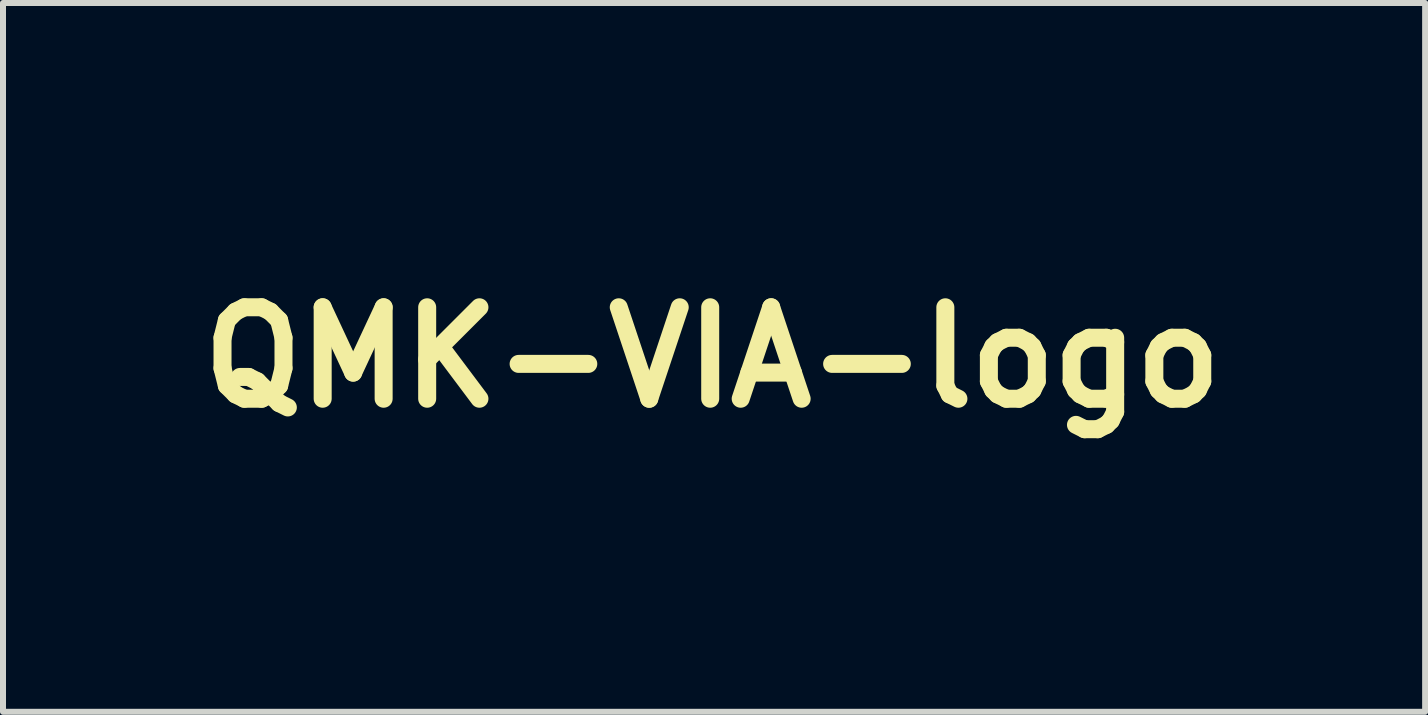
<source format=kicad_pcb>
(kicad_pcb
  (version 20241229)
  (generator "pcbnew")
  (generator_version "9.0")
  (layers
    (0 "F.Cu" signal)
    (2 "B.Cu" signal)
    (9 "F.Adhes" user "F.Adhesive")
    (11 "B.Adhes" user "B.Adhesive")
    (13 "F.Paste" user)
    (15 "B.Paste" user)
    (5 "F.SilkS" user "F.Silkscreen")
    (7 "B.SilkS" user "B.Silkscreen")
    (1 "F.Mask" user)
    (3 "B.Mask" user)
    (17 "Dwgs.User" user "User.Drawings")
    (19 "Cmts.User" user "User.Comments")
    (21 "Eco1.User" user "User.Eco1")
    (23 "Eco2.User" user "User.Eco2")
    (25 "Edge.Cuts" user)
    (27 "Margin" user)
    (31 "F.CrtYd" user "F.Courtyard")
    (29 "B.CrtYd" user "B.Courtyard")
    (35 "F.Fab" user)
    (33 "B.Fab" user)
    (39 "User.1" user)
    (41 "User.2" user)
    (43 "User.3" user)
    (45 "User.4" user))
  (footprint "QMK-VIA-logo"
    (layer "F.Cu")
    (at 8.823 2.906)
    (property "Reference" "QMK-VIA-logo" (at 0 0 0) (layer "F.SilkS") (effects (font (size 1.524 1.524) (thickness 0.3))))
    (attr board_only exclude_from_pos_files exclude_from_bom)
    (fp_poly (pts (xy -6.559 2.222) (xy -6.44 2.314) (xy -6.378 2.459) (xy -6.37 2.548) (xy -6.402 2.717) (xy -6.494 2.836) (xy -6.639 2.898) (xy -6.728 2.906) (xy -6.872 2.886) (xy -6.981 2.816) (xy -6.989 2.809) (xy -7.063 2.701) (xy -7.086 2.561) (xy -7.087 2.548) (xy -7.054 2.378) (xy -6.963 2.26) (xy -6.817 2.197) (xy -6.728 2.19)) (stroke (width 0) (type solid)) (fill yes) (layer "F.Mask"))
    (fp_poly (pts (xy -1.329 2.21) (xy -1.22 2.28) (xy -1.212 2.287) (xy -1.138 2.395) (xy -1.115 2.535) (xy -1.115 2.548) (xy -1.135 2.692) (xy -1.205 2.801) (xy -1.212 2.809) (xy -1.32 2.883) (xy -1.46 2.906) (xy -1.473 2.906) (xy -1.617 2.886) (xy -1.726 2.816) (xy -1.734 2.809) (xy -1.808 2.701) (xy -1.831 2.561) (xy -1.831 2.548) (xy -1.811 2.404) (xy -1.741 2.295) (xy -1.734 2.287) (xy -1.626 2.213) (xy -1.486 2.19) (xy -1.473 2.19)) (stroke (width 0) (type solid)) (fill yes) (layer "F.Mask"))
    (fp_poly (pts (xy -3.703 2.309) (xy -3.378 2.311) (xy -3.118 2.315) (xy -2.915 2.323) (xy -2.764 2.335) (xy -2.655 2.352) (xy -2.583 2.377) (xy -2.539 2.409) (xy -2.517 2.451) (xy -2.509 2.502) (xy -2.508 2.548) (xy -2.51 2.608) (xy -2.521 2.656) (xy -2.548 2.695) (xy -2.598 2.726) (xy -2.678 2.749) (xy -2.797 2.765) (xy -2.96 2.776) (xy -3.176 2.782) (xy -3.452 2.786) (xy -3.794 2.787) (xy -4.101 2.787) (xy -4.481 2.786) (xy -4.791 2.785) (xy -5.036 2.782) (xy -5.225 2.778) (xy -5.367 2.771) (xy -5.468 2.763) (xy -5.538 2.751) (xy -5.583 2.737) (xy -5.605 2.725) (xy -5.68 2.627) (xy -5.693 2.548) (xy -5.691 2.488) (xy -5.68 2.44) (xy -5.654 2.401) (xy -5.604 2.37) (xy -5.523 2.347) (xy -5.405 2.331) (xy -5.241 2.32) (xy -5.025 2.314) (xy -4.75 2.31) (xy -4.407 2.309) (xy -4.101 2.309)) (stroke (width 0) (type solid)) (fill yes) (layer "F.Mask"))
    (fp_poly (pts (xy -3.228 -2.75) (xy -3.077 -2.658) (xy -3.055 -2.637) (xy -2.979 -2.545) (xy -2.936 -2.453) (xy -2.928 -2.347) (xy -2.954 -2.21) (xy -3.015 -2.025) (xy -3.059 -1.906) (xy -3.141 -1.693) (xy -3.238 -1.441) (xy -3.336 -1.186) (xy -3.401 -1.015) (xy -3.474 -0.827) (xy -3.539 -0.661) (xy -3.59 -0.533) (xy -3.62 -0.461) (xy -3.622 -0.458) (xy -3.647 -0.398) (xy -3.696 -0.276) (xy -3.764 -0.104) (xy -3.846 0.104) (xy -3.937 0.337) (xy -3.961 0.398) (xy -4.094 0.739) (xy -4.201 1.014) (xy -4.288 1.23) (xy -4.356 1.395) (xy -4.41 1.518) (xy -4.454 1.605) (xy -4.491 1.665) (xy -4.525 1.705) (xy -4.56 1.734) (xy -4.595 1.756) (xy -4.773 1.823) (xy -4.955 1.811) (xy -5.084 1.753) (xy -5.207 1.634) (xy -5.255 1.525) (xy -5.268 1.477) (xy -5.273 1.428) (xy -5.27 1.37) (xy -5.255 1.294) (xy -5.225 1.193) (xy -5.179 1.057) (xy -5.114 0.881) (xy -5.026 0.654) (xy -4.914 0.369) (xy -4.776 0.02) (xy -4.679 -0.224) (xy -4.573 -0.494) (xy -4.472 -0.756) (xy -4.395 -0.955) (xy -4.323 -1.14) (xy -4.259 -1.303) (xy -4.21 -1.426) (xy -4.181 -1.493) (xy -4.153 -1.559) (xy -4.103 -1.683) (xy -4.038 -1.847) (xy -3.965 -2.033) (xy -3.959 -2.05) (xy -3.883 -2.238) (xy -3.811 -2.403) (xy -3.751 -2.529) (xy -3.711 -2.599) (xy -3.708 -2.602) (xy -3.559 -2.721) (xy -3.394 -2.771)) (stroke (width 0) (type solid)) (fill yes) (layer "F.Mask"))
    (fp_poly (pts (xy -8.199 -2.836) (xy -8.161 -2.812) (xy -8.112 -2.775) (xy -8.067 -2.73) (xy -8.023 -2.67) (xy -7.974 -2.584) (xy -7.918 -2.465) (xy -7.848 -2.302) (xy -7.761 -2.088) (xy -7.653 -1.813) (xy -7.583 -1.632) (xy -7.406 -1.176) (xy -7.255 -0.789) (xy -7.128 -0.465) (xy -7.024 -0.199) (xy -6.939 0.015) (xy -6.872 0.182) (xy -6.819 0.307) (xy -6.78 0.397) (xy -6.751 0.456) (xy -6.73 0.49) (xy -6.715 0.505) (xy -6.703 0.506) (xy -6.693 0.498) (xy -6.689 0.494) (xy -6.662 0.444) (xy -6.615 0.336) (xy -6.555 0.185) (xy -6.492 0.02) (xy -6.424 -0.161) (xy -6.363 -0.32) (xy -6.316 -0.44) (xy -6.292 -0.498) (xy -6.274 -0.538) (xy -6.245 -0.609) (xy -6.202 -0.717) (xy -6.142 -0.867) (xy -6.064 -1.067) (xy -5.965 -1.32) (xy -5.842 -1.635) (xy -5.694 -2.015) (xy -5.634 -2.17) (xy -5.526 -2.43) (xy -5.426 -2.623) (xy -5.329 -2.757) (xy -5.226 -2.843) (xy -5.111 -2.891) (xy -5.109 -2.892) (xy -4.971 -2.889) (xy -4.83 -2.824) (xy -4.706 -2.712) (xy -4.643 -2.614) (xy -4.569 -2.462) (xy -4.718 -2.057) (xy -4.787 -1.871) (xy -4.854 -1.695) (xy -4.91 -1.554) (xy -4.936 -1.493) (xy -4.984 -1.376) (xy -5.047 -1.216) (xy -5.11 -1.048) (xy -5.115 -1.035) (xy -5.183 -0.855) (xy -5.256 -0.669) (xy -5.318 -0.518) (xy -5.375 -0.38) (xy -5.457 -0.175) (xy -5.561 0.089) (xy -5.685 0.406) (xy -5.825 0.768) (xy -5.971 1.145) (xy -6.041 1.312) (xy -6.116 1.463) (xy -6.183 1.574) (xy -6.199 1.595) (xy -6.371 1.745) (xy -6.573 1.831) (xy -6.787 1.848) (xy -6.872 1.834) (xy -7.009 1.786) (xy -7.127 1.706) (xy -7.233 1.586) (xy -7.335 1.416) (xy -7.44 1.184) (xy -7.523 0.969) (xy -7.591 0.79) (xy -7.652 0.632) (xy -7.699 0.514) (xy -7.723 0.458) (xy -7.749 0.396) (xy -7.799 0.274) (xy -7.867 0.104) (xy -7.947 -0.099) (xy -8.025 -0.299) (xy -8.136 -0.582) (xy -8.262 -0.904) (xy -8.39 -1.23) (xy -8.507 -1.527) (xy -8.547 -1.63) (xy -8.633 -1.852) (xy -8.709 -2.056) (xy -8.77 -2.227) (xy -8.81 -2.351) (xy -8.823 -2.406) (xy -8.809 -2.571) (xy -8.718 -2.719) (xy -8.603 -2.815) (xy -8.461 -2.889) (xy -8.335 -2.896)) (stroke (width 0) (type solid)) (fill yes) (layer "F.Mask"))
    (fp_poly (pts (xy -1.38 -2.888) (xy -1.247 -2.846) (xy -1.207 -2.829) (xy -1.142 -2.798) (xy -1.085 -2.764) (xy -1.033 -2.721) (xy -0.981 -2.661) (xy -0.928 -2.578) (xy -0.868 -2.464) (xy -0.799 -2.313) (xy -0.717 -2.118) (xy -0.618 -1.872) (xy -0.499 -1.568) (xy -0.357 -1.199) (xy -0.298 -1.045) (xy -0.226 -0.859) (xy -0.161 -0.694) (xy -0.11 -0.569) (xy -0.081 -0.499) (xy -0.08 -0.498) (xy -0.052 -0.431) (xy -0.001 -0.308) (xy 0.064 -0.144) (xy 0.137 0.043) (xy 0.143 0.06) (xy 0.233 0.291) (xy 0.331 0.544) (xy 0.424 0.783) (xy 0.483 0.935) (xy 0.546 1.106) (xy 0.597 1.255) (xy 0.629 1.363) (xy 0.637 1.405) (xy 0.6 1.556) (xy 0.502 1.688) (xy 0.362 1.785) (xy 0.197 1.83) (xy 0.162 1.831) (xy 0.043 1.809) (xy -0.066 1.738) (xy -0.171 1.61) (xy -0.279 1.418) (xy -0.394 1.155) (xy -0.396 1.15) (xy -0.58 0.697) (xy -2.405 0.697) (xy -2.549 1.075) (xy -2.618 1.251) (xy -2.685 1.413) (xy -2.739 1.538) (xy -2.761 1.582) (xy -2.875 1.722) (xy -3.03 1.806) (xy -3.206 1.826) (xy -3.38 1.776) (xy -3.389 1.772) (xy -3.475 1.697) (xy -3.552 1.59) (xy -3.561 1.573) (xy -3.603 1.459) (xy -3.602 1.359) (xy -3.581 1.282) (xy -3.552 1.2) (xy -3.5 1.06) (xy -3.43 0.876) (xy -3.349 0.663) (xy -3.26 0.435) (xy -3.171 0.206) (xy -3.087 -0.011) (xy -3.075 -0.04) (xy -2.108 -0.04) (xy -0.87 -0.04) (xy -0.898 -0.129) (xy -0.927 -0.211) (xy -0.976 -0.338) (xy -1.034 -0.478) (xy -1.106 -0.653) (xy -1.187 -0.857) (xy -1.254 -1.035) (xy -1.315 -1.197) (xy -1.375 -1.348) (xy -1.42 -1.457) (xy -1.424 -1.465) (xy -1.484 -1.597) (xy -1.537 -1.485) (xy -1.567 -1.415) (xy -1.619 -1.286) (xy -1.689 -1.113) (xy -1.769 -0.912) (xy -1.853 -0.699) (xy -1.936 -0.487) (xy -2.011 -0.293) (xy -2.067 -0.149) (xy -2.108 -0.04) (xy -3.075 -0.04) (xy -3.012 -0.2) (xy -2.952 -0.348) (xy -2.913 -0.441) (xy -2.906 -0.458) (xy -2.872 -0.535) (xy -2.823 -0.66) (xy -2.771 -0.796) (xy -2.671 -1.062) (xy -2.564 -1.341) (xy -2.454 -1.619) (xy -2.347 -1.884) (xy -2.248 -2.125) (xy -2.162 -2.328) (xy -2.093 -2.482) (xy -2.048 -2.573) (xy -2.047 -2.574) (xy -1.925 -2.72) (xy -1.758 -2.834) (xy -1.576 -2.898) (xy -1.49 -2.905)) (stroke (width 0) (type solid)) (fill yes) (layer "F.Mask"))
    (fp_poly (pts (xy 4.817 -2.349) (xy 5.176 -2.349) (xy 5.176 -2.906) (xy 5.494 -2.906) (xy 5.494 -2.349) (xy 5.852 -2.349) (xy 5.852 -2.906) (xy 6.171 -2.906) (xy 6.171 -2.349) (xy 6.529 -2.349) (xy 6.529 -2.906) (xy 6.848 -2.906) (xy 6.848 -2.349) (xy 7.206 -2.349) (xy 7.206 -2.906) (xy 7.524 -2.906) (xy 7.524 -2.364) (xy 7.727 -2.312) (xy 7.876 -2.257) (xy 8.016 -2.179) (xy 8.063 -2.144) (xy 8.163 -2.023) (xy 8.249 -1.86) (xy 8.307 -1.691) (xy 8.321 -1.585) (xy 8.33 -1.547) (xy 8.37 -1.525) (xy 8.457 -1.515) (xy 8.599 -1.513) (xy 8.878 -1.513) (xy 8.878 -1.194) (xy 8.321 -1.194) (xy 8.321 -0.836) (xy 8.878 -0.836) (xy 8.878 -0.518) (xy 8.321 -0.518) (xy 8.321 -0.159) (xy 8.878 -0.159) (xy 8.878 0.159) (xy 8.321 0.159) (xy 8.321 0.518) (xy 8.878 0.518) (xy 8.878 0.836) (xy 8.321 0.836) (xy 8.321 1.194) (xy 8.878 1.194) (xy 8.878 1.513) (xy 8.34 1.513) (xy 8.29 1.722) (xy 8.208 1.957) (xy 8.081 2.129) (xy 7.901 2.249) (xy 7.694 2.318) (xy 7.485 2.368) (xy 7.485 2.906) (xy 7.166 2.906) (xy 7.166 2.349) (xy 6.848 2.349) (xy 6.848 2.906) (xy 6.489 2.906) (xy 6.489 2.349) (xy 6.171 2.349) (xy 6.171 2.906) (xy 5.852 2.906) (xy 5.852 2.349) (xy 5.534 2.349) (xy 5.534 2.906) (xy 5.176 2.906) (xy 5.176 2.349) (xy 4.857 2.349) (xy 4.857 2.906) (xy 4.539 2.906) (xy 4.539 2.368) (xy 4.33 2.318) (xy 4.095 2.236) (xy 3.922 2.109) (xy 3.802 1.929) (xy 3.733 1.722) (xy 3.684 1.513) (xy 3.145 1.513) (xy 3.145 1.194) (xy 3.703 1.194) (xy 3.703 0.836) (xy 3.145 0.836) (xy 3.145 0.518) (xy 3.703 0.518) (xy 3.703 0.159) (xy 3.145 0.159) (xy 3.145 -0.159) (xy 3.703 -0.159) (xy 3.703 -0.518) (xy 3.145 -0.518) (xy 3.145 -0.632) (xy 4.738 -0.632) (xy 4.74 -0.36) (xy 4.748 -0.122) (xy 4.759 0.07) (xy 4.774 0.202) (xy 4.783 0.242) (xy 4.886 0.453) (xy 5.053 0.632) (xy 5.271 0.769) (xy 5.528 0.854) (xy 5.628 0.871) (xy 5.832 0.896) (xy 5.844 1.164) (xy 5.856 1.433) (xy 6.167 1.433) (xy 6.179 1.164) (xy 6.191 0.896) (xy 6.396 0.871) (xy 6.663 0.806) (xy 6.897 0.687) (xy 7.083 0.522) (xy 7.211 0.321) (xy 7.24 0.242) (xy 7.257 0.145) (xy 7.27 -0.019) (xy 7.28 -0.235) (xy 7.285 -0.492) (xy 7.286 -0.632) (xy 7.286 -1.354) (xy 6.927 -1.354) (xy 6.927 -0.623) (xy 6.927 -0.363) (xy 6.924 -0.17) (xy 6.919 -0.031) (xy 6.908 0.067) (xy 6.892 0.136) (xy 6.869 0.19) (xy 6.838 0.241) (xy 6.68 0.406) (xy 6.471 0.51) (xy 6.34 0.541) (xy 6.171 0.568) (xy 6.171 -1.354) (xy 5.852 -1.354) (xy 5.852 0.568) (xy 5.683 0.541) (xy 5.447 0.468) (xy 5.262 0.336) (xy 5.186 0.241) (xy 5.154 0.189) (xy 5.131 0.135) (xy 5.115 0.065) (xy 5.104 -0.033) (xy 5.099 -0.173) (xy 5.096 -0.368) (xy 5.096 -0.623) (xy 5.096 -1.354) (xy 4.738 -1.354) (xy 4.738 -0.632) (xy 3.145 -0.632) (xy 3.145 -0.836) (xy 3.703 -0.836) (xy 3.703 -1.194) (xy 3.145 -1.194) (xy 3.145 -1.513) (xy 3.424 -1.513) (xy 3.571 -1.515) (xy 3.656 -1.526) (xy 3.694 -1.548) (xy 3.703 -1.585) (xy 3.729 -1.737) (xy 3.796 -1.908) (xy 3.888 -2.063) (xy 3.961 -2.144) (xy 4.081 -2.224) (xy 4.232 -2.292) (xy 4.296 -2.312) (xy 4.499 -2.364) (xy 4.499 -2.906) (xy 4.817 -2.906)) (stroke (width 0) (type solid)) (fill yes) (layer "F.Mask")))
  (gr_rect
    (start -3 -3)
    (end 20.702 8.813)
    (stroke (width 0.1) (type default))
    (fill no)
    (layer "Edge.Cuts")))
</source>
